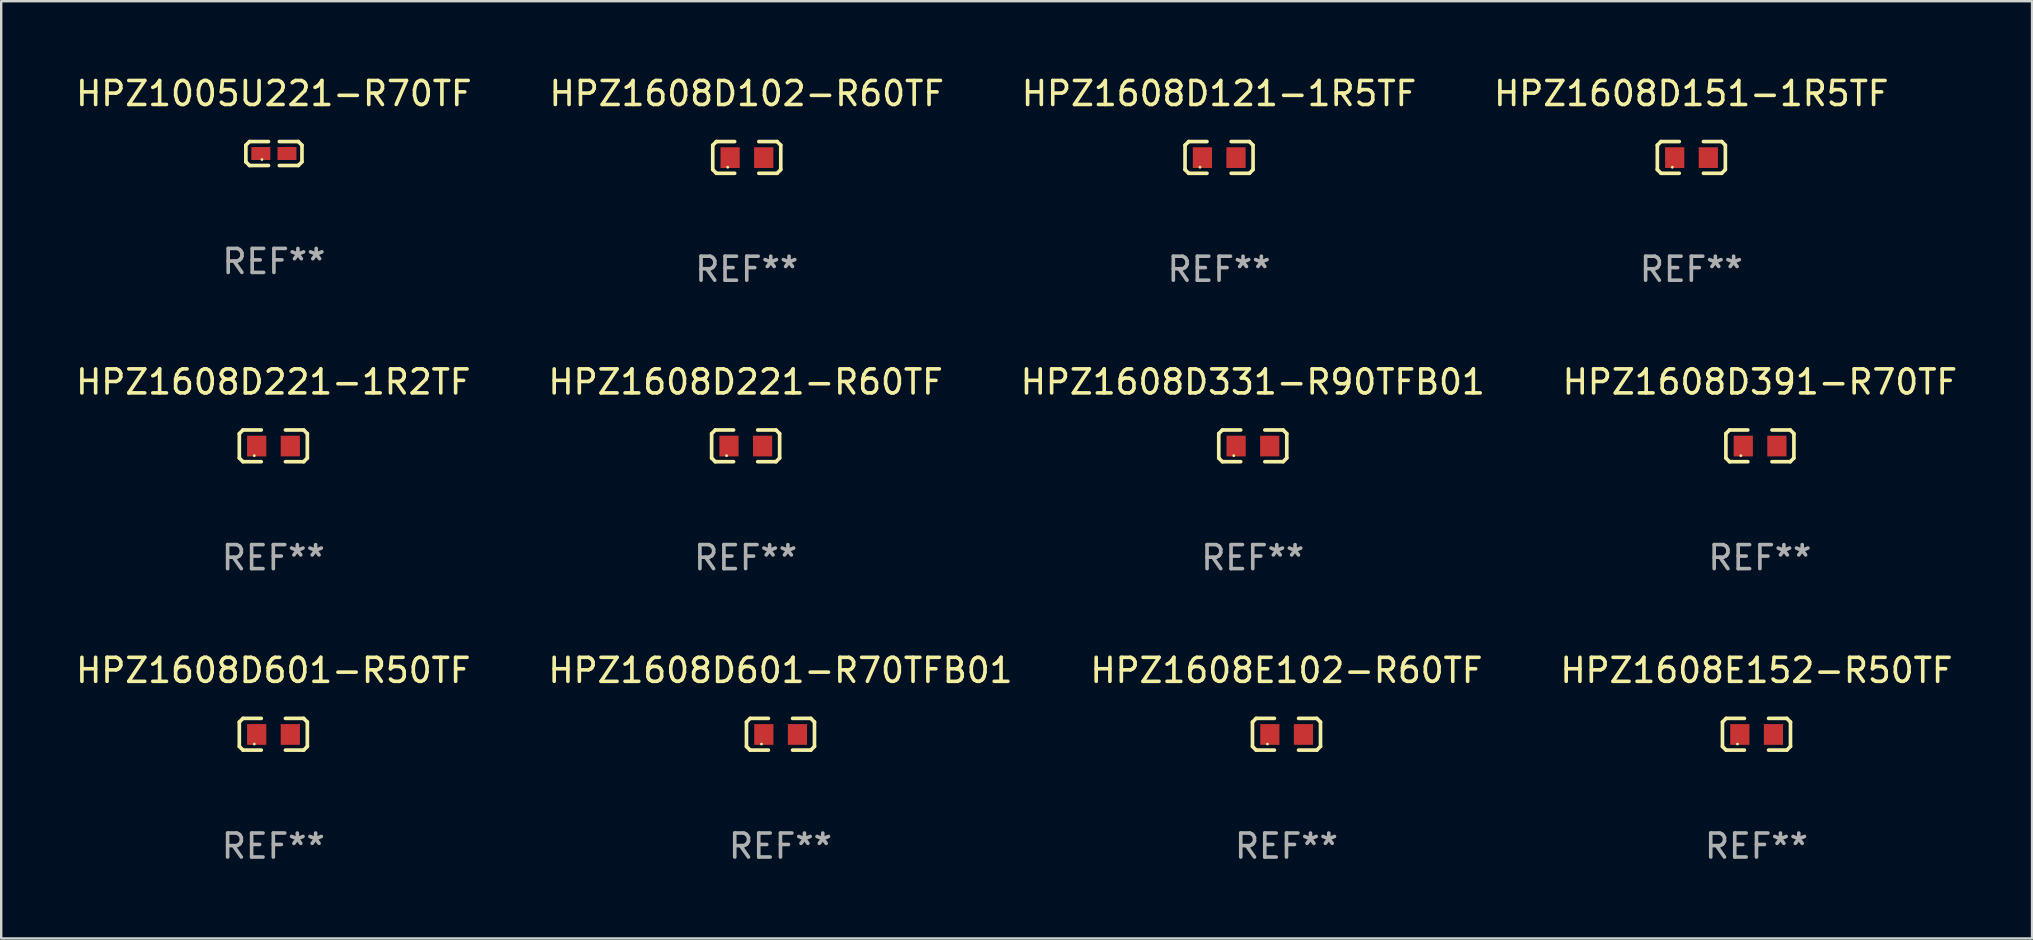
<source format=kicad_pcb>
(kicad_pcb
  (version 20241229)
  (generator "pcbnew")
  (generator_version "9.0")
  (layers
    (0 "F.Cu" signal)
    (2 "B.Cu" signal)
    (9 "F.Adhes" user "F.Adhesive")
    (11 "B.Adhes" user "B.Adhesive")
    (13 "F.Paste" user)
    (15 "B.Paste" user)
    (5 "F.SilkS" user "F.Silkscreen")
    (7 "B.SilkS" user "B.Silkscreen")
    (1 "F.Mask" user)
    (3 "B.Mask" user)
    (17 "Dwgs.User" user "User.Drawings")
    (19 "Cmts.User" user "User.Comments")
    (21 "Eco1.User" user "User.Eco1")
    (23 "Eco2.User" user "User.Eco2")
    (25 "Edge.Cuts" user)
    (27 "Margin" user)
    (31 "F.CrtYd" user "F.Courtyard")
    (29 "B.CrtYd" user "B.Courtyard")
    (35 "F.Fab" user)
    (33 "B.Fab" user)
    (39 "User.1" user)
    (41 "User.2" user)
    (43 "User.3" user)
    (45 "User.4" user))
  (footprint "HPZ1608E102-R60TF"
    (layer "F.Cu")
    (at 50.554 27.544)
    (property "Reference" "HPZ1608E102-R60TF" (at 0 -2.661 0) (layer "F.SilkS") (effects (font (size 1 1) (thickness 0.15))))
    (attr through_hole)
    (fp_line (start -1.417 -0.508) (end -1.265 -0.661) (stroke (width 0.152) (type solid)) (layer "F.SilkS"))
    (fp_line (start -1.417 0.508) (end -1.417 -0.508) (stroke (width 0.152) (type solid)) (layer "F.SilkS"))
    (fp_line (start -1.265 -0.661) (end -0.503 -0.661) (stroke (width 0.152) (type solid)) (layer "F.SilkS"))
    (fp_line (start -1.265 0.661) (end -1.417 0.508) (stroke (width 0.152) (type solid)) (layer "F.SilkS"))
    (fp_line (start -1.265 0.661) (end -0.503 0.661) (stroke (width 0.152) (type solid)) (layer "F.SilkS"))
    (fp_line (start 1.265 -0.661) (end 0.503 -0.661) (stroke (width 0.152) (type solid)) (layer "F.SilkS"))
    (fp_line (start 1.265 -0.661) (end 1.417 -0.508) (stroke (width 0.152) (type solid)) (layer "F.SilkS"))
    (fp_line (start 1.265 0.661) (end 0.503 0.661) (stroke (width 0.152) (type solid)) (layer "F.SilkS"))
    (fp_line (start 1.417 -0.508) (end 1.417 0.508) (stroke (width 0.152) (type solid)) (layer "F.SilkS"))
    (fp_line (start 1.417 0.508) (end 1.265 0.661) (stroke (width 0.152) (type solid)) (layer "F.SilkS"))
    (fp_circle (center -0.793 0.409) (end -0.763 0.409) (stroke (width 0.06) (type solid)) (fill no) (layer "F.SilkS"))
    (fp_text user "REF**" (at 0 4.661 0) (layer "F.Fab") (effects (font (size 1 1) (thickness 0.15))))
    (pad "1" smd rect (at -0.693 0.009 180) (size 0.8 0.864) (layers "F.Cu" "F.Mask" "F.Paste"))
    (pad "2" smd rect (at 0.707 0.009 180) (size 0.8 0.864) (layers "F.Cu" "F.Mask" "F.Paste")))
  (footprint "HPZ1608D221-R60TF"
    (layer "F.Cu")
    (at 28.018 15.527)
    (property "Reference" "HPZ1608D221-R60TF" (at 0 -2.661 0) (layer "F.SilkS") (effects (font (size 1 1) (thickness 0.15))))
    (attr through_hole)
    (fp_line (start -1.417 -0.508) (end -1.265 -0.661) (stroke (width 0.152) (type solid)) (layer "F.SilkS"))
    (fp_line (start -1.417 0.508) (end -1.417 -0.508) (stroke (width 0.152) (type solid)) (layer "F.SilkS"))
    (fp_line (start -1.265 -0.661) (end -0.503 -0.661) (stroke (width 0.152) (type solid)) (layer "F.SilkS"))
    (fp_line (start -1.265 0.661) (end -1.417 0.508) (stroke (width 0.152) (type solid)) (layer "F.SilkS"))
    (fp_line (start -1.265 0.661) (end -0.503 0.661) (stroke (width 0.152) (type solid)) (layer "F.SilkS"))
    (fp_line (start 1.265 -0.661) (end 0.503 -0.661) (stroke (width 0.152) (type solid)) (layer "F.SilkS"))
    (fp_line (start 1.265 -0.661) (end 1.417 -0.508) (stroke (width 0.152) (type solid)) (layer "F.SilkS"))
    (fp_line (start 1.265 0.661) (end 0.503 0.661) (stroke (width 0.152) (type solid)) (layer "F.SilkS"))
    (fp_line (start 1.417 -0.508) (end 1.417 0.508) (stroke (width 0.152) (type solid)) (layer "F.SilkS"))
    (fp_line (start 1.417 0.508) (end 1.265 0.661) (stroke (width 0.152) (type solid)) (layer "F.SilkS"))
    (fp_circle (center -0.793 0.409) (end -0.763 0.409) (stroke (width 0.06) (type solid)) (fill no) (layer "F.SilkS"))
    (fp_text user "REF**" (at 0 4.661 0) (layer "F.Fab") (effects (font (size 1 1) (thickness 0.15))))
    (pad "1" smd rect (at -0.693 0.009 180) (size 0.8 0.864) (layers "F.Cu" "F.Mask" "F.Paste"))
    (pad "2" smd rect (at 0.707 0.009 180) (size 0.8 0.864) (layers "F.Cu" "F.Mask" "F.Paste")))
  (footprint "HPZ1608E152-R50TF"
    (layer "F.Cu")
    (at 70.137 27.544)
    (property "Reference" "HPZ1608E152-R50TF" (at 0 -2.661 0) (layer "F.SilkS") (effects (font (size 1 1) (thickness 0.15))))
    (attr through_hole)
    (fp_line (start -1.417 -0.508) (end -1.265 -0.661) (stroke (width 0.152) (type solid)) (layer "F.SilkS"))
    (fp_line (start -1.417 0.508) (end -1.417 -0.508) (stroke (width 0.152) (type solid)) (layer "F.SilkS"))
    (fp_line (start -1.265 -0.661) (end -0.503 -0.661) (stroke (width 0.152) (type solid)) (layer "F.SilkS"))
    (fp_line (start -1.265 0.661) (end -1.417 0.508) (stroke (width 0.152) (type solid)) (layer "F.SilkS"))
    (fp_line (start -1.265 0.661) (end -0.503 0.661) (stroke (width 0.152) (type solid)) (layer "F.SilkS"))
    (fp_line (start 1.265 -0.661) (end 0.503 -0.661) (stroke (width 0.152) (type solid)) (layer "F.SilkS"))
    (fp_line (start 1.265 -0.661) (end 1.417 -0.508) (stroke (width 0.152) (type solid)) (layer "F.SilkS"))
    (fp_line (start 1.265 0.661) (end 0.503 0.661) (stroke (width 0.152) (type solid)) (layer "F.SilkS"))
    (fp_line (start 1.417 -0.508) (end 1.417 0.508) (stroke (width 0.152) (type solid)) (layer "F.SilkS"))
    (fp_line (start 1.417 0.508) (end 1.265 0.661) (stroke (width 0.152) (type solid)) (layer "F.SilkS"))
    (fp_circle (center -0.793 0.409) (end -0.763 0.409) (stroke (width 0.06) (type solid)) (fill no) (layer "F.SilkS"))
    (fp_text user "REF**" (at 0 4.661 0) (layer "F.Fab") (effects (font (size 1 1) (thickness 0.15))))
    (pad "1" smd rect (at -0.693 0.009 180) (size 0.8 0.864) (layers "F.Cu" "F.Mask" "F.Paste"))
    (pad "2" smd rect (at 0.707 0.009 180) (size 0.8 0.864) (layers "F.Cu" "F.Mask" "F.Paste")))
  (footprint "HPZ1608D221-1R2TF"
    (layer "F.Cu")
    (at 8.339 15.527)
    (property "Reference" "HPZ1608D221-1R2TF" (at 0 -2.661 0) (layer "F.SilkS") (effects (font (size 1 1) (thickness 0.15))))
    (attr through_hole)
    (fp_line (start -1.417 -0.508) (end -1.265 -0.661) (stroke (width 0.152) (type solid)) (layer "F.SilkS"))
    (fp_line (start -1.417 0.508) (end -1.417 -0.508) (stroke (width 0.152) (type solid)) (layer "F.SilkS"))
    (fp_line (start -1.265 -0.661) (end -0.503 -0.661) (stroke (width 0.152) (type solid)) (layer "F.SilkS"))
    (fp_line (start -1.265 0.661) (end -1.417 0.508) (stroke (width 0.152) (type solid)) (layer "F.SilkS"))
    (fp_line (start -1.265 0.661) (end -0.503 0.661) (stroke (width 0.152) (type solid)) (layer "F.SilkS"))
    (fp_line (start 1.265 -0.661) (end 0.503 -0.661) (stroke (width 0.152) (type solid)) (layer "F.SilkS"))
    (fp_line (start 1.265 -0.661) (end 1.417 -0.508) (stroke (width 0.152) (type solid)) (layer "F.SilkS"))
    (fp_line (start 1.265 0.661) (end 0.503 0.661) (stroke (width 0.152) (type solid)) (layer "F.SilkS"))
    (fp_line (start 1.417 -0.508) (end 1.417 0.508) (stroke (width 0.152) (type solid)) (layer "F.SilkS"))
    (fp_line (start 1.417 0.508) (end 1.265 0.661) (stroke (width 0.152) (type solid)) (layer "F.SilkS"))
    (fp_circle (center -0.793 0.409) (end -0.763 0.409) (stroke (width 0.06) (type solid)) (fill no) (layer "F.SilkS"))
    (fp_text user "REF**" (at 0 4.661 0) (layer "F.Fab") (effects (font (size 1 1) (thickness 0.15))))
    (pad "1" smd rect (at -0.693 0.009 180) (size 0.8 0.864) (layers "F.Cu" "F.Mask" "F.Paste"))
    (pad "2" smd rect (at 0.707 0.009 180) (size 0.8 0.864) (layers "F.Cu" "F.Mask" "F.Paste")))
  (footprint "HPZ1608D102-R60TF"
    (layer "F.Cu")
    (at 28.065 3.509)
    (property "Reference" "HPZ1608D102-R60TF" (at 0 -2.661 0) (layer "F.SilkS") (effects (font (size 1 1) (thickness 0.15))))
    (attr through_hole)
    (fp_line (start -1.417 -0.508) (end -1.265 -0.661) (stroke (width 0.152) (type solid)) (layer "F.SilkS"))
    (fp_line (start -1.417 0.508) (end -1.417 -0.508) (stroke (width 0.152) (type solid)) (layer "F.SilkS"))
    (fp_line (start -1.265 -0.661) (end -0.503 -0.661) (stroke (width 0.152) (type solid)) (layer "F.SilkS"))
    (fp_line (start -1.265 0.661) (end -1.417 0.508) (stroke (width 0.152) (type solid)) (layer "F.SilkS"))
    (fp_line (start -1.265 0.661) (end -0.503 0.661) (stroke (width 0.152) (type solid)) (layer "F.SilkS"))
    (fp_line (start 1.265 -0.661) (end 0.503 -0.661) (stroke (width 0.152) (type solid)) (layer "F.SilkS"))
    (fp_line (start 1.265 -0.661) (end 1.417 -0.508) (stroke (width 0.152) (type solid)) (layer "F.SilkS"))
    (fp_line (start 1.265 0.661) (end 0.503 0.661) (stroke (width 0.152) (type solid)) (layer "F.SilkS"))
    (fp_line (start 1.417 -0.508) (end 1.417 0.508) (stroke (width 0.152) (type solid)) (layer "F.SilkS"))
    (fp_line (start 1.417 0.508) (end 1.265 0.661) (stroke (width 0.152) (type solid)) (layer "F.SilkS"))
    (fp_circle (center -0.793 0.409) (end -0.763 0.409) (stroke (width 0.06) (type solid)) (fill no) (layer "F.SilkS"))
    (fp_text user "REF**" (at 0 4.661 0) (layer "F.Fab") (effects (font (size 1 1) (thickness 0.15))))
    (pad "1" smd rect (at -0.693 0.009 180) (size 0.8 0.864) (layers "F.Cu" "F.Mask" "F.Paste"))
    (pad "2" smd rect (at 0.707 0.009 180) (size 0.8 0.864) (layers "F.Cu" "F.Mask" "F.Paste")))
  (footprint "HPZ1608D151-1R5TF"
    (layer "F.Cu")
    (at 67.423 3.509)
    (property "Reference" "HPZ1608D151-1R5TF" (at 0 -2.661 0) (layer "F.SilkS") (effects (font (size 1 1) (thickness 0.15))))
    (attr through_hole)
    (fp_line (start -1.417 -0.508) (end -1.265 -0.661) (stroke (width 0.152) (type solid)) (layer "F.SilkS"))
    (fp_line (start -1.417 0.508) (end -1.417 -0.508) (stroke (width 0.152) (type solid)) (layer "F.SilkS"))
    (fp_line (start -1.265 -0.661) (end -0.503 -0.661) (stroke (width 0.152) (type solid)) (layer "F.SilkS"))
    (fp_line (start -1.265 0.661) (end -1.417 0.508) (stroke (width 0.152) (type solid)) (layer "F.SilkS"))
    (fp_line (start -1.265 0.661) (end -0.503 0.661) (stroke (width 0.152) (type solid)) (layer "F.SilkS"))
    (fp_line (start 1.265 -0.661) (end 0.503 -0.661) (stroke (width 0.152) (type solid)) (layer "F.SilkS"))
    (fp_line (start 1.265 -0.661) (end 1.417 -0.508) (stroke (width 0.152) (type solid)) (layer "F.SilkS"))
    (fp_line (start 1.265 0.661) (end 0.503 0.661) (stroke (width 0.152) (type solid)) (layer "F.SilkS"))
    (fp_line (start 1.417 -0.508) (end 1.417 0.508) (stroke (width 0.152) (type solid)) (layer "F.SilkS"))
    (fp_line (start 1.417 0.508) (end 1.265 0.661) (stroke (width 0.152) (type solid)) (layer "F.SilkS"))
    (fp_circle (center -0.793 0.409) (end -0.763 0.409) (stroke (width 0.06) (type solid)) (fill no) (layer "F.SilkS"))
    (fp_text user "REF**" (at 0 4.661 0) (layer "F.Fab") (effects (font (size 1 1) (thickness 0.15))))
    (pad "1" smd rect (at -0.693 0.009 180) (size 0.8 0.864) (layers "F.Cu" "F.Mask" "F.Paste"))
    (pad "2" smd rect (at 0.707 0.009 180) (size 0.8 0.864) (layers "F.Cu" "F.Mask" "F.Paste")))
  (footprint "HPZ1608D391-R70TF"
    (layer "F.Cu")
    (at 70.28 15.527)
    (property "Reference" "HPZ1608D391-R70TF" (at 0 -2.661 0) (layer "F.SilkS") (effects (font (size 1 1) (thickness 0.15))))
    (attr through_hole)
    (fp_line (start -1.417 -0.508) (end -1.265 -0.661) (stroke (width 0.152) (type solid)) (layer "F.SilkS"))
    (fp_line (start -1.417 0.508) (end -1.417 -0.508) (stroke (width 0.152) (type solid)) (layer "F.SilkS"))
    (fp_line (start -1.265 -0.661) (end -0.503 -0.661) (stroke (width 0.152) (type solid)) (layer "F.SilkS"))
    (fp_line (start -1.265 0.661) (end -1.417 0.508) (stroke (width 0.152) (type solid)) (layer "F.SilkS"))
    (fp_line (start -1.265 0.661) (end -0.503 0.661) (stroke (width 0.152) (type solid)) (layer "F.SilkS"))
    (fp_line (start 1.265 -0.661) (end 0.503 -0.661) (stroke (width 0.152) (type solid)) (layer "F.SilkS"))
    (fp_line (start 1.265 -0.661) (end 1.417 -0.508) (stroke (width 0.152) (type solid)) (layer "F.SilkS"))
    (fp_line (start 1.265 0.661) (end 0.503 0.661) (stroke (width 0.152) (type solid)) (layer "F.SilkS"))
    (fp_line (start 1.417 -0.508) (end 1.417 0.508) (stroke (width 0.152) (type solid)) (layer "F.SilkS"))
    (fp_line (start 1.417 0.508) (end 1.265 0.661) (stroke (width 0.152) (type solid)) (layer "F.SilkS"))
    (fp_circle (center -0.793 0.409) (end -0.763 0.409) (stroke (width 0.06) (type solid)) (fill no) (layer "F.SilkS"))
    (fp_text user "REF**" (at 0 4.661 0) (layer "F.Fab") (effects (font (size 1 1) (thickness 0.15))))
    (pad "1" smd rect (at -0.693 0.009 180) (size 0.8 0.864) (layers "F.Cu" "F.Mask" "F.Paste"))
    (pad "2" smd rect (at 0.707 0.009 180) (size 0.8 0.864) (layers "F.Cu" "F.Mask" "F.Paste")))
  (footprint "HPZ1608D601-R70TFB01"
    (layer "F.Cu")
    (at 29.47 27.544)
    (property "Reference" "HPZ1608D601-R70TFB01" (at 0 -2.661 0) (layer "F.SilkS") (effects (font (size 1 1) (thickness 0.15))))
    (attr through_hole)
    (fp_line (start -1.417 -0.508) (end -1.265 -0.661) (stroke (width 0.152) (type solid)) (layer "F.SilkS"))
    (fp_line (start -1.417 0.508) (end -1.417 -0.508) (stroke (width 0.152) (type solid)) (layer "F.SilkS"))
    (fp_line (start -1.265 -0.661) (end -0.503 -0.661) (stroke (width 0.152) (type solid)) (layer "F.SilkS"))
    (fp_line (start -1.265 0.661) (end -1.417 0.508) (stroke (width 0.152) (type solid)) (layer "F.SilkS"))
    (fp_line (start -1.265 0.661) (end -0.503 0.661) (stroke (width 0.152) (type solid)) (layer "F.SilkS"))
    (fp_line (start 1.265 -0.661) (end 0.503 -0.661) (stroke (width 0.152) (type solid)) (layer "F.SilkS"))
    (fp_line (start 1.265 -0.661) (end 1.417 -0.508) (stroke (width 0.152) (type solid)) (layer "F.SilkS"))
    (fp_line (start 1.265 0.661) (end 0.503 0.661) (stroke (width 0.152) (type solid)) (layer "F.SilkS"))
    (fp_line (start 1.417 -0.508) (end 1.417 0.508) (stroke (width 0.152) (type solid)) (layer "F.SilkS"))
    (fp_line (start 1.417 0.508) (end 1.265 0.661) (stroke (width 0.152) (type solid)) (layer "F.SilkS"))
    (fp_circle (center -0.793 0.409) (end -0.763 0.409) (stroke (width 0.06) (type solid)) (fill no) (layer "F.SilkS"))
    (fp_text user "REF**" (at 0 4.661 0) (layer "F.Fab") (effects (font (size 1 1) (thickness 0.15))))
    (pad "1" smd rect (at -0.693 0.009 180) (size 0.8 0.864) (layers "F.Cu" "F.Mask" "F.Paste"))
    (pad "2" smd rect (at 0.707 0.009 180) (size 0.8 0.864) (layers "F.Cu" "F.Mask" "F.Paste")))
  (footprint "HPZ1608D601-R50TF"
    (layer "F.Cu")
    (at 8.339 27.544)
    (property "Reference" "HPZ1608D601-R50TF" (at 0 -2.661 0) (layer "F.SilkS") (effects (font (size 1 1) (thickness 0.15))))
    (attr through_hole)
    (fp_line (start -1.417 -0.508) (end -1.265 -0.661) (stroke (width 0.152) (type solid)) (layer "F.SilkS"))
    (fp_line (start -1.417 0.508) (end -1.417 -0.508) (stroke (width 0.152) (type solid)) (layer "F.SilkS"))
    (fp_line (start -1.265 -0.661) (end -0.503 -0.661) (stroke (width 0.152) (type solid)) (layer "F.SilkS"))
    (fp_line (start -1.265 0.661) (end -1.417 0.508) (stroke (width 0.152) (type solid)) (layer "F.SilkS"))
    (fp_line (start -1.265 0.661) (end -0.503 0.661) (stroke (width 0.152) (type solid)) (layer "F.SilkS"))
    (fp_line (start 1.265 -0.661) (end 0.503 -0.661) (stroke (width 0.152) (type solid)) (layer "F.SilkS"))
    (fp_line (start 1.265 -0.661) (end 1.417 -0.508) (stroke (width 0.152) (type solid)) (layer "F.SilkS"))
    (fp_line (start 1.265 0.661) (end 0.503 0.661) (stroke (width 0.152) (type solid)) (layer "F.SilkS"))
    (fp_line (start 1.417 -0.508) (end 1.417 0.508) (stroke (width 0.152) (type solid)) (layer "F.SilkS"))
    (fp_line (start 1.417 0.508) (end 1.265 0.661) (stroke (width 0.152) (type solid)) (layer "F.SilkS"))
    (fp_circle (center -0.793 0.409) (end -0.763 0.409) (stroke (width 0.06) (type solid)) (fill no) (layer "F.SilkS"))
    (fp_text user "REF**" (at 0 4.661 0) (layer "F.Fab") (effects (font (size 1 1) (thickness 0.15))))
    (pad "1" smd rect (at -0.693 0.009 180) (size 0.8 0.864) (layers "F.Cu" "F.Mask" "F.Paste"))
    (pad "2" smd rect (at 0.707 0.009 180) (size 0.8 0.864) (layers "F.Cu" "F.Mask" "F.Paste")))
  (footprint "HPZ1608D331-R90TFB01"
    (layer "F.Cu")
    (at 49.149 15.527)
    (property "Reference" "HPZ1608D331-R90TFB01" (at 0 -2.661 0) (layer "F.SilkS") (effects (font (size 1 1) (thickness 0.15))))
    (attr through_hole)
    (fp_line (start -1.417 -0.508) (end -1.265 -0.661) (stroke (width 0.152) (type solid)) (layer "F.SilkS"))
    (fp_line (start -1.417 0.508) (end -1.417 -0.508) (stroke (width 0.152) (type solid)) (layer "F.SilkS"))
    (fp_line (start -1.265 -0.661) (end -0.503 -0.661) (stroke (width 0.152) (type solid)) (layer "F.SilkS"))
    (fp_line (start -1.265 0.661) (end -1.417 0.508) (stroke (width 0.152) (type solid)) (layer "F.SilkS"))
    (fp_line (start -1.265 0.661) (end -0.503 0.661) (stroke (width 0.152) (type solid)) (layer "F.SilkS"))
    (fp_line (start 1.265 -0.661) (end 0.503 -0.661) (stroke (width 0.152) (type solid)) (layer "F.SilkS"))
    (fp_line (start 1.265 -0.661) (end 1.417 -0.508) (stroke (width 0.152) (type solid)) (layer "F.SilkS"))
    (fp_line (start 1.265 0.661) (end 0.503 0.661) (stroke (width 0.152) (type solid)) (layer "F.SilkS"))
    (fp_line (start 1.417 -0.508) (end 1.417 0.508) (stroke (width 0.152) (type solid)) (layer "F.SilkS"))
    (fp_line (start 1.417 0.508) (end 1.265 0.661) (stroke (width 0.152) (type solid)) (layer "F.SilkS"))
    (fp_circle (center -0.793 0.409) (end -0.763 0.409) (stroke (width 0.06) (type solid)) (fill no) (layer "F.SilkS"))
    (fp_text user "REF**" (at 0 4.661 0) (layer "F.Fab") (effects (font (size 1 1) (thickness 0.15))))
    (pad "1" smd rect (at -0.693 0.009 180) (size 0.8 0.864) (layers "F.Cu" "F.Mask" "F.Paste"))
    (pad "2" smd rect (at 0.707 0.009 180) (size 0.8 0.864) (layers "F.Cu" "F.Mask" "F.Paste")))
  (footprint "HPZ1005U221-R70TF"
    (layer "F.Cu")
    (at 8.363 3.347)
    (property "Reference" "HPZ1005U221-R70TF" (at 0 -2.499 0) (layer "F.SilkS") (effects (font (size 1 1) (thickness 0.15))))
    (attr through_hole)
    (fp_line (start -1.169 -0.346) (end -1.016 -0.499) (stroke (width 0.152) (type solid)) (layer "F.SilkS"))
    (fp_line (start -1.169 0.346) (end -1.169 -0.346) (stroke (width 0.152) (type solid)) (layer "F.SilkS"))
    (fp_line (start -1.016 -0.499) (end -0.226 -0.499) (stroke (width 0.152) (type solid)) (layer "F.SilkS"))
    (fp_line (start -1.016 0.499) (end -1.169 0.346) (stroke (width 0.152) (type solid)) (layer "F.SilkS"))
    (fp_line (start -0.226 0.499) (end -1.016 0.499) (stroke (width 0.152) (type solid)) (layer "F.SilkS"))
    (fp_line (start 0.226 0.499) (end 1.016 0.499) (stroke (width 0.152) (type solid)) (layer "F.SilkS"))
    (fp_line (start 1.016 -0.499) (end 0.226 -0.499) (stroke (width 0.152) (type solid)) (layer "F.SilkS"))
    (fp_line (start 1.016 0.499) (end 1.169 0.346) (stroke (width 0.152) (type solid)) (layer "F.SilkS"))
    (fp_line (start 1.169 -0.346) (end 1.016 -0.499) (stroke (width 0.152) (type solid)) (layer "F.SilkS"))
    (fp_line (start 1.169 0.346) (end 1.169 -0.346) (stroke (width 0.152) (type solid)) (layer "F.SilkS"))
    (fp_circle (center -0.5 0.25) (end -0.47 0.25) (stroke (width 0.06) (type solid)) (fill no) (layer "F.SilkS"))
    (fp_text user "REF**" (at 0 4.499 0) (layer "F.Fab") (effects (font (size 1 1) (thickness 0.15))))
    (pad "1" smd rect (at -0.545 0) (size 0.79 0.54) (layers "F.Cu" "F.Mask" "F.Paste"))
    (pad "2" smd rect (at 0.545 0) (size 0.79 0.54) (layers "F.Cu" "F.Mask" "F.Paste")))
  (footprint "HPZ1608D121-1R5TF"
    (layer "F.Cu")
    (at 47.744 3.509)
    (property "Reference" "HPZ1608D121-1R5TF" (at 0 -2.661 0) (layer "F.SilkS") (effects (font (size 1 1) (thickness 0.15))))
    (attr through_hole)
    (fp_line (start -1.417 -0.508) (end -1.265 -0.661) (stroke (width 0.152) (type solid)) (layer "F.SilkS"))
    (fp_line (start -1.417 0.508) (end -1.417 -0.508) (stroke (width 0.152) (type solid)) (layer "F.SilkS"))
    (fp_line (start -1.265 -0.661) (end -0.503 -0.661) (stroke (width 0.152) (type solid)) (layer "F.SilkS"))
    (fp_line (start -1.265 0.661) (end -1.417 0.508) (stroke (width 0.152) (type solid)) (layer "F.SilkS"))
    (fp_line (start -1.265 0.661) (end -0.503 0.661) (stroke (width 0.152) (type solid)) (layer "F.SilkS"))
    (fp_line (start 1.265 -0.661) (end 0.503 -0.661) (stroke (width 0.152) (type solid)) (layer "F.SilkS"))
    (fp_line (start 1.265 -0.661) (end 1.417 -0.508) (stroke (width 0.152) (type solid)) (layer "F.SilkS"))
    (fp_line (start 1.265 0.661) (end 0.503 0.661) (stroke (width 0.152) (type solid)) (layer "F.SilkS"))
    (fp_line (start 1.417 -0.508) (end 1.417 0.508) (stroke (width 0.152) (type solid)) (layer "F.SilkS"))
    (fp_line (start 1.417 0.508) (end 1.265 0.661) (stroke (width 0.152) (type solid)) (layer "F.SilkS"))
    (fp_circle (center -0.793 0.409) (end -0.763 0.409) (stroke (width 0.06) (type solid)) (fill no) (layer "F.SilkS"))
    (fp_text user "REF**" (at 0 4.661 0) (layer "F.Fab") (effects (font (size 1 1) (thickness 0.15))))
    (pad "1" smd rect (at -0.693 0.009 180) (size 0.8 0.864) (layers "F.Cu" "F.Mask" "F.Paste"))
    (pad "2" smd rect (at 0.707 0.009 180) (size 0.8 0.864) (layers "F.Cu" "F.Mask" "F.Paste")))
  (gr_rect
    (start -3 -3)
    (end 81.619 36.053)
    (stroke (width 0.1) (type default))
    (fill no)
    (layer "Edge.Cuts")))
</source>
